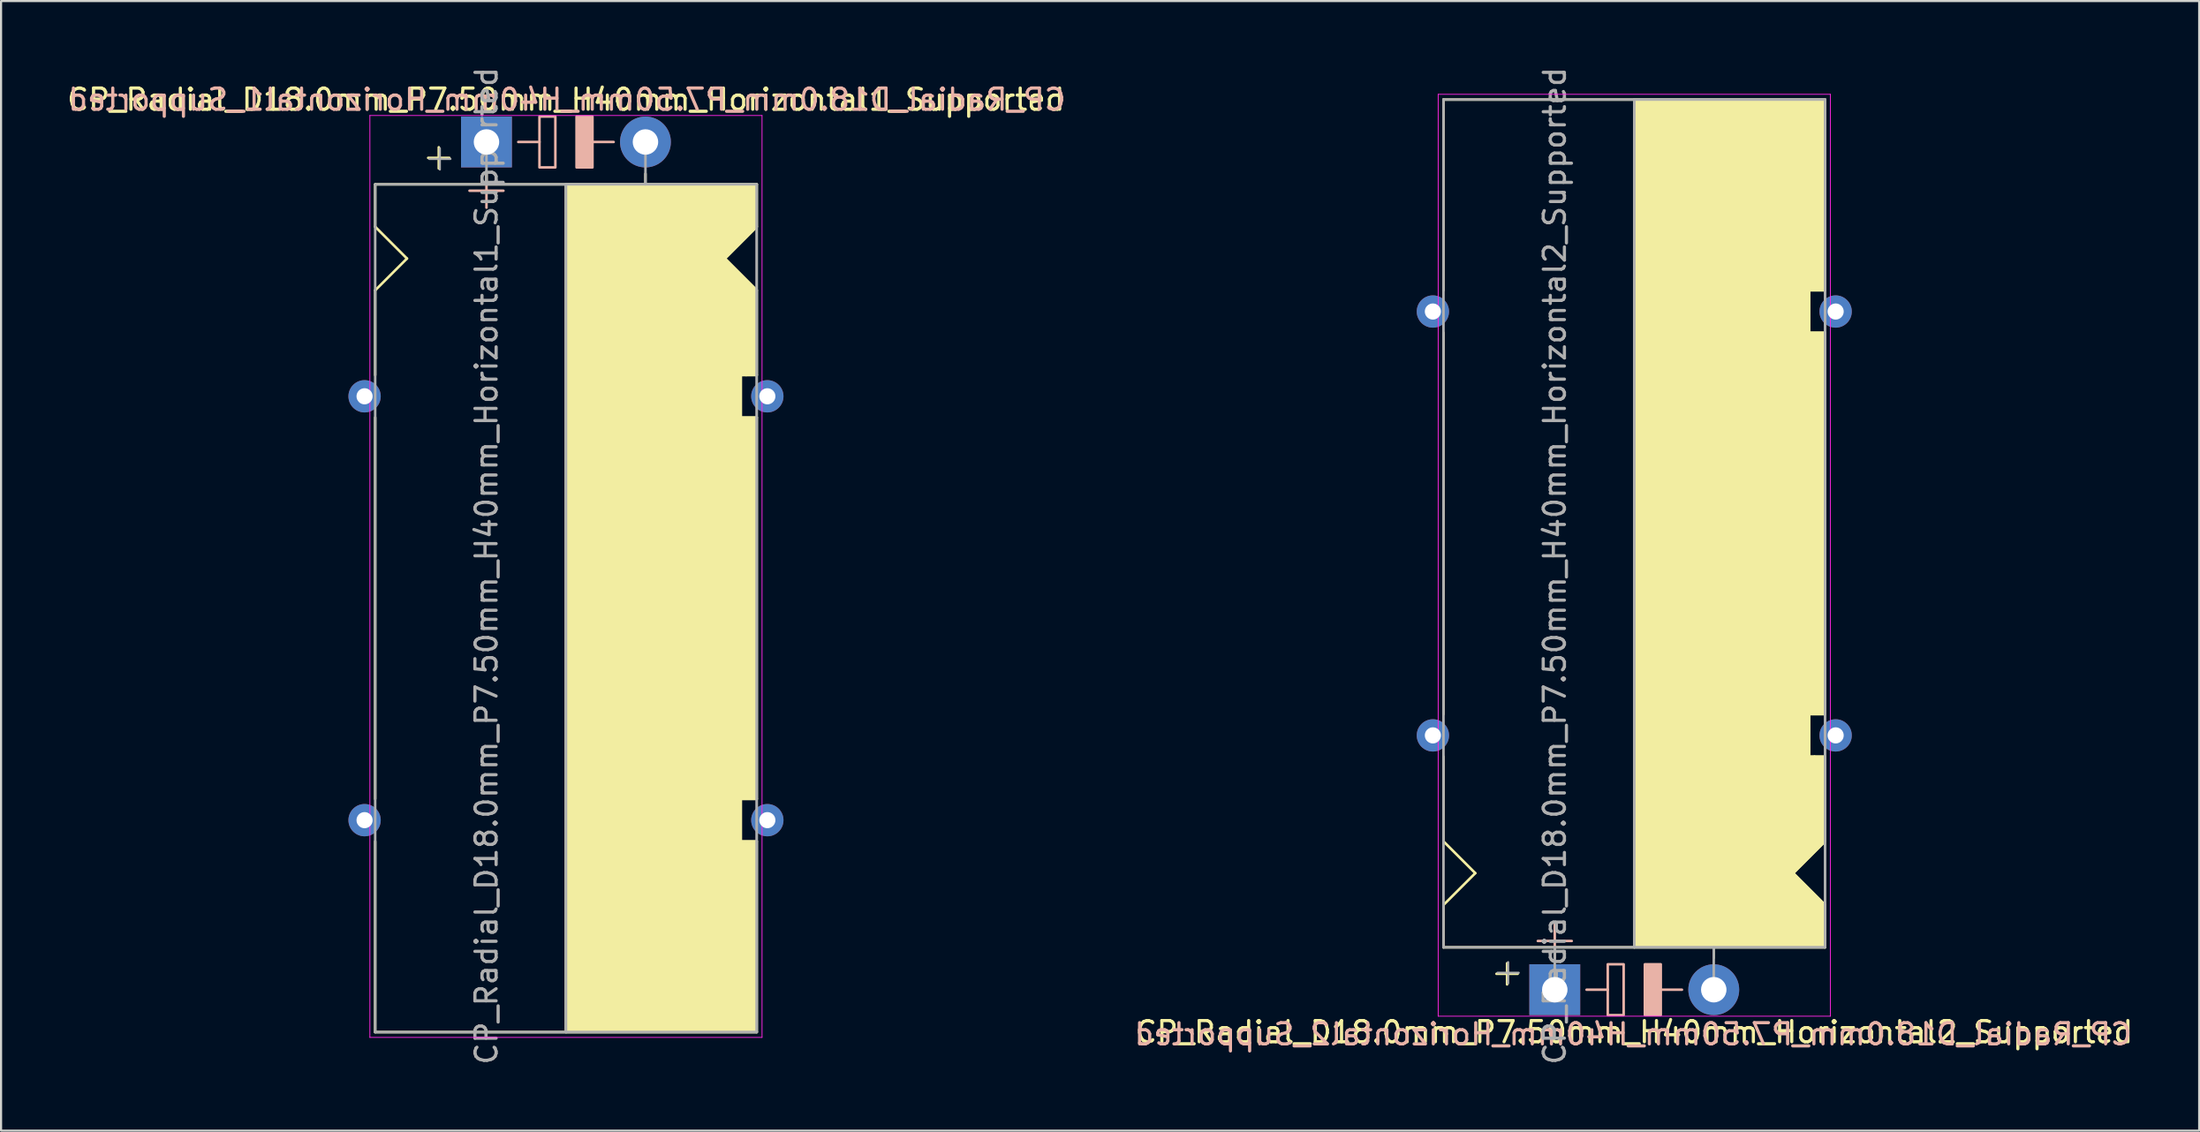
<source format=kicad_pcb>
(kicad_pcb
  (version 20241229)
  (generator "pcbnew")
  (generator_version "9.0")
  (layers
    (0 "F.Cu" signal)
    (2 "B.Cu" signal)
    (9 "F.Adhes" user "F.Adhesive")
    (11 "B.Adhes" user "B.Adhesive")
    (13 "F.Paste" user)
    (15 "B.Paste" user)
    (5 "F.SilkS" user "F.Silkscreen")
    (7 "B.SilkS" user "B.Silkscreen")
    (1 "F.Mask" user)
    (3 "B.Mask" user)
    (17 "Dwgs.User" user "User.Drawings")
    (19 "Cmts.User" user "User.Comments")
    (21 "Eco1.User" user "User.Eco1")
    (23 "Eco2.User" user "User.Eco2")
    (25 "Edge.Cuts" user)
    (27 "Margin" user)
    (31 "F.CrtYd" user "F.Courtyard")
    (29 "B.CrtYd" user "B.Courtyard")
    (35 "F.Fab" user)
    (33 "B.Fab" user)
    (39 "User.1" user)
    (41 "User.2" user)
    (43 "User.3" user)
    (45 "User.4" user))
  (footprint "CP_Radial_D18.0mm_P7.50mm_H40mm_Horizontal1_Supported"
    (layer "F.Cu")
    (at 19.899 3.649)
    (property "Reference" "CP_Radial_D18.0mm_P7.50mm_H40mm_Horizontal1_Supported" (at 3.75 -2 0) (layer "F.SilkS") (effects (font (size 1 1) (thickness 0.15))))
    (fp_line (start -5.25 2) (end -5.25 4) (stroke (width 0.12) (type solid)) (layer "F.SilkS"))
    (fp_line (start -5.25 2) (end 12.75 2) (stroke (width 0.12) (type solid)) (layer "F.SilkS"))
    (fp_line (start -5.25 4) (end -3.75 5.5) (stroke (width 0.12) (type solid)) (layer "F.SilkS"))
    (fp_line (start -5.25 7) (end -3.75 5.5) (stroke (width 0.12) (type solid)) (layer "F.SilkS"))
    (fp_line (start -5.25 11) (end -5.25 7) (stroke (width 0.12) (type solid)) (layer "F.SilkS"))
    (fp_line (start -5.25 13) (end -5.25 31) (stroke (width 0.12) (type solid)) (layer "F.SilkS"))
    (fp_line (start -5.25 33) (end -5.25 42) (stroke (width 0.12) (type solid)) (layer "F.SilkS"))
    (fp_line (start -5.25 42) (end 12.75 42) (stroke (width 0.12) (type solid)) (layer "F.SilkS"))
    (fp_line (start -2.25 0.25) (end -2.25 1.25) (stroke (width 0.12) (type solid)) (layer "F.SilkS"))
    (fp_line (start -1.75 0.75) (end -2.75 0.75) (stroke (width 0.12) (type solid)) (layer "F.SilkS"))
    (fp_line (start 0 1.5) (end 0 2) (stroke (width 0.12) (type solid)) (layer "F.SilkS"))
    (fp_line (start 3.75 2) (end 3.75 42) (stroke (width 0.12) (type solid)) (layer "F.SilkS"))
    (fp_line (start 7.5 1.5) (end 7.5 2) (stroke (width 0.12) (type solid)) (layer "F.SilkS"))
    (fp_line (start 12 11) (end 12 13) (stroke (width 0.12) (type solid)) (layer "F.SilkS"))
    (fp_line (start 12 13) (end 12.75 13) (stroke (width 0.12) (type solid)) (layer "F.SilkS"))
    (fp_line (start 12 31) (end 12 33) (stroke (width 0.12) (type solid)) (layer "F.SilkS"))
    (fp_line (start 12 33) (end 12.75 33) (stroke (width 0.12) (type solid)) (layer "F.SilkS"))
    (fp_line (start 12.25 11) (end 12 11) (stroke (width 0.12) (type solid)) (layer "F.SilkS"))
    (fp_line (start 12.75 2) (end 12.75 4) (stroke (width 0.12) (type solid)) (layer "F.SilkS"))
    (fp_line (start 12.75 4) (end 11.25 5.5) (stroke (width 0.12) (type solid)) (layer "F.SilkS"))
    (fp_line (start 12.75 7) (end 11.25 5.5) (stroke (width 0.12) (type solid)) (layer "F.SilkS"))
    (fp_line (start 12.75 11) (end 12.25 11) (stroke (width 0.12) (type solid)) (layer "F.SilkS"))
    (fp_line (start 12.75 11) (end 12.75 7) (stroke (width 0.12) (type solid)) (layer "F.SilkS"))
    (fp_line (start 12.75 13) (end 12.75 31) (stroke (width 0.12) (type solid)) (layer "F.SilkS"))
    (fp_line (start 12.75 31) (end 12 31) (stroke (width 0.12) (type solid)) (layer "F.SilkS"))
    (fp_line (start 12.75 33) (end 12.75 42) (stroke (width 0.12) (type solid)) (layer "F.SilkS"))
    (fp_poly (pts (xy 12.75 4) (xy 11.25 5.5) (xy 12.75 7) (xy 12.75 11) (xy 12 11) (xy 12 13) (xy 12.75 13) (xy 12.75 31) (xy 12 31) (xy 12 33) (xy 12.75 33) (xy 12.75 42) (xy 3.75 42) (xy 3.75 2) (xy 12.75 2)) (stroke (width 0.1) (type solid)) (fill yes) (layer "F.SilkS"))
    (fp_line (start 0 1.5) (end 0 3.1) (stroke (width 0.12) (type solid)) (layer "B.SilkS"))
    (fp_line (start 0.8 2.3) (end -0.8 2.3) (stroke (width 0.12) (type solid)) (layer "B.SilkS"))
    (fp_line (start 2.5 0) (end 1.5 0) (stroke (width 0.12) (type solid)) (layer "B.SilkS"))
    (fp_line (start 6 0) (end 5 0) (stroke (width 0.12) (type solid)) (layer "B.SilkS"))
    (fp_rect (start 2.5 -1.2) (end 3.25 1.2) (stroke (width 0.12) (type solid)) (fill no) (layer "B.SilkS"))
    (fp_rect (start 4.25 -1.2) (end 5 1.2) (stroke (width 0.12) (type solid)) (fill yes) (layer "B.SilkS"))
    (fp_line (start -5.5 -1.25) (end -5.5 42.25) (stroke (width 0.04) (type solid)) (layer "F.CrtYd"))
    (fp_line (start -5.5 42.25) (end 13 42.25) (stroke (width 0.04) (type solid)) (layer "F.CrtYd"))
    (fp_line (start 13 -1.25) (end -5.5 -1.25) (stroke (width 0.04) (type solid)) (layer "F.CrtYd"))
    (fp_line (start 13 42.25) (end 13 -1.25) (stroke (width 0.04) (type solid)) (layer "F.CrtYd"))
    (fp_line (start -5.25 2) (end -5.25 42) (stroke (width 0.12) (type solid)) (layer "F.Fab"))
    (fp_line (start -5.25 42) (end 12.75 42) (stroke (width 0.12) (type solid)) (layer "F.Fab"))
    (fp_line (start -2.7 0.8) (end -1.7 0.8) (stroke (width 0.1) (type solid)) (layer "F.Fab"))
    (fp_line (start -2.2 1.3) (end -2.2 0.3) (stroke (width 0.1) (type solid)) (layer "F.Fab"))
    (fp_line (start 0 0) (end 0 2) (stroke (width 0.12) (type solid)) (layer "F.Fab"))
    (fp_line (start 3.75 2) (end 3.75 42) (stroke (width 0.12) (type solid)) (layer "F.Fab"))
    (fp_line (start 7.5 0) (end 7.5 2) (stroke (width 0.12) (type solid)) (layer "F.Fab"))
    (fp_line (start 12.75 2) (end -5.25 2) (stroke (width 0.12) (type solid)) (layer "F.Fab"))
    (fp_line (start 12.75 42) (end 12.75 2) (stroke (width 0.12) (type solid)) (layer "F.Fab"))
    (fp_poly (pts (xy 12.75 42) (xy 3.75 42) (xy 3.75 2) (xy 12.75 2)) (stroke (width 0.1) (type solid)) (fill no) (layer "F.Fab"))
    (fp_text user "${REFERENCE}" (at 3.8 -2 0) (layer "B.SilkS") (effects (font (size 1 1) (thickness 0.15)) (justify mirror)))
    (fp_text user "${REFERENCE}" (at 0 20 90) (layer "F.Fab") (effects (font (size 1 1) (thickness 0.15))))
    (pad "1" thru_hole rect (at 0 0) (size 2.4 2.4) (drill 1.2) (layers "*.Cu" "*.Mask"))
    (pad "2" thru_hole circle (at 7.5 0) (size 2.4 2.4) (drill 1.2) (layers "*.Cu" "*.Mask"))
    (pad "~" thru_hole circle (at -5.75 12) (size 1.524 1.524) (drill 0.762) (layers "*.Cu" "*.Mask"))
    (pad "~" thru_hole circle (at -5.75 32) (size 1.524 1.524) (drill 0.762) (layers "*.Cu" "*.Mask"))
    (pad "~" thru_hole circle (at 13.25 12) (size 1.524 1.524) (drill 0.762) (layers "*.Cu" "*.Mask"))
    (pad "~" thru_hole circle (at 13.25 32) (size 1.524 1.524) (drill 0.762) (layers "*.Cu" "*.Mask")))
  (footprint "CP_Radial_D18.0mm_P7.50mm_H40mm_Horizontal2_Supported"
    (layer "F.Cu")
    (at 70.296 43.649)
    (property "Reference" "CP_Radial_D18.0mm_P7.50mm_H40mm_Horizontal2_Supported" (at 3.75 2 0) (layer "F.SilkS") (effects (font (size 1 1) (thickness 0.15))))
    (fp_line (start -5.25 -42) (end 12.75 -42) (stroke (width 0.12) (type solid)) (layer "F.SilkS"))
    (fp_line (start -5.25 -33) (end -5.25 -42) (stroke (width 0.12) (type solid)) (layer "F.SilkS"))
    (fp_line (start -5.25 -13) (end -5.25 -31) (stroke (width 0.12) (type solid)) (layer "F.SilkS"))
    (fp_line (start -5.25 -11) (end -5.25 -7) (stroke (width 0.12) (type solid)) (layer "F.SilkS"))
    (fp_line (start -5.25 -7) (end -3.75 -5.5) (stroke (width 0.12) (type solid)) (layer "F.SilkS"))
    (fp_line (start -5.25 -4) (end -3.75 -5.5) (stroke (width 0.12) (type solid)) (layer "F.SilkS"))
    (fp_line (start -5.25 -2) (end -5.25 -4) (stroke (width 0.12) (type solid)) (layer "F.SilkS"))
    (fp_line (start -5.25 -2) (end 12.75 -2) (stroke (width 0.12) (type solid)) (layer "F.SilkS"))
    (fp_line (start -2.25 -1.25) (end -2.25 -0.25) (stroke (width 0.12) (type solid)) (layer "F.SilkS"))
    (fp_line (start -1.75 -0.75) (end -2.75 -0.75) (stroke (width 0.12) (type solid)) (layer "F.SilkS"))
    (fp_line (start 0 -1.5) (end 0 -2) (stroke (width 0.12) (type solid)) (layer "F.SilkS"))
    (fp_line (start 3.75 -2) (end 3.75 -42) (stroke (width 0.12) (type solid)) (layer "F.SilkS"))
    (fp_line (start 7.5 -1.5) (end 7.5 -2) (stroke (width 0.12) (type solid)) (layer "F.SilkS"))
    (fp_line (start 12 -33) (end 12.75 -33) (stroke (width 0.12) (type solid)) (layer "F.SilkS"))
    (fp_line (start 12 -31) (end 12 -33) (stroke (width 0.12) (type solid)) (layer "F.SilkS"))
    (fp_line (start 12 -13) (end 12.75 -13) (stroke (width 0.12) (type solid)) (layer "F.SilkS"))
    (fp_line (start 12 -11) (end 12 -13) (stroke (width 0.12) (type solid)) (layer "F.SilkS"))
    (fp_line (start 12.25 -11) (end 12 -11) (stroke (width 0.12) (type solid)) (layer "F.SilkS"))
    (fp_line (start 12.75 -33) (end 12.75 -42) (stroke (width 0.12) (type solid)) (layer "F.SilkS"))
    (fp_line (start 12.75 -31) (end 12 -31) (stroke (width 0.12) (type solid)) (layer "F.SilkS"))
    (fp_line (start 12.75 -13) (end 12.75 -31) (stroke (width 0.12) (type solid)) (layer "F.SilkS"))
    (fp_line (start 12.75 -11) (end 12.25 -11) (stroke (width 0.12) (type solid)) (layer "F.SilkS"))
    (fp_line (start 12.75 -11) (end 12.75 -7) (stroke (width 0.12) (type solid)) (layer "F.SilkS"))
    (fp_line (start 12.75 -7) (end 11.25 -5.5) (stroke (width 0.12) (type solid)) (layer "F.SilkS"))
    (fp_line (start 12.75 -4) (end 11.25 -5.5) (stroke (width 0.12) (type solid)) (layer "F.SilkS"))
    (fp_line (start 12.75 -2) (end 12.75 -4) (stroke (width 0.12) (type solid)) (layer "F.SilkS"))
    (fp_poly (pts (xy 12.75 -4) (xy 11.25 -5.5) (xy 12.75 -7) (xy 12.75 -11) (xy 12 -11) (xy 12 -13) (xy 12.75 -13) (xy 12.75 -31) (xy 12 -31) (xy 12 -33) (xy 12.75 -33) (xy 12.75 -42) (xy 3.75 -42) (xy 3.75 -2) (xy 12.75 -2)) (stroke (width 0.1) (type solid)) (fill yes) (layer "F.SilkS"))
    (fp_line (start 0 -3.1) (end 0 -1.5) (stroke (width 0.12) (type solid)) (layer "B.SilkS"))
    (fp_line (start 0.8 -2.3) (end -0.8 -2.3) (stroke (width 0.12) (type solid)) (layer "B.SilkS"))
    (fp_line (start 2.5 0) (end 1.5 0) (stroke (width 0.12) (type solid)) (layer "B.SilkS"))
    (fp_line (start 6 0) (end 5 0) (stroke (width 0.12) (type solid)) (layer "B.SilkS"))
    (fp_rect (start 2.5 -1.2) (end 3.25 1.2) (stroke (width 0.12) (type solid)) (fill no) (layer "B.SilkS"))
    (fp_rect (start 4.25 -1.2) (end 5 1.2) (stroke (width 0.12) (type solid)) (fill yes) (layer "B.SilkS"))
    (fp_line (start -5.5 -42.25) (end 13 -42.25) (stroke (width 0.04) (type solid)) (layer "F.CrtYd"))
    (fp_line (start -5.5 1.25) (end -5.5 -42.25) (stroke (width 0.04) (type solid)) (layer "F.CrtYd"))
    (fp_line (start 13 -42.25) (end 13 1.25) (stroke (width 0.04) (type solid)) (layer "F.CrtYd"))
    (fp_line (start 13 1.25) (end -5.5 1.25) (stroke (width 0.04) (type solid)) (layer "F.CrtYd"))
    (fp_line (start -5.25 -42) (end 12.75 -42) (stroke (width 0.12) (type solid)) (layer "F.Fab"))
    (fp_line (start -5.25 -2) (end -5.25 -42) (stroke (width 0.12) (type solid)) (layer "F.Fab"))
    (fp_line (start -2.7 -0.8) (end -1.7 -0.8) (stroke (width 0.1) (type solid)) (layer "F.Fab"))
    (fp_line (start -2.2 -0.3) (end -2.2 -1.3) (stroke (width 0.1) (type solid)) (layer "F.Fab"))
    (fp_line (start 0 0) (end 0 -2) (stroke (width 0.12) (type solid)) (layer "F.Fab"))
    (fp_line (start 3.75 -2) (end 3.75 -42) (stroke (width 0.12) (type solid)) (layer "F.Fab"))
    (fp_line (start 7.5 0) (end 7.5 -2) (stroke (width 0.12) (type solid)) (layer "F.Fab"))
    (fp_line (start 12.75 -42) (end 12.75 -2) (stroke (width 0.12) (type solid)) (layer "F.Fab"))
    (fp_line (start 12.75 -2) (end -5.25 -2) (stroke (width 0.12) (type solid)) (layer "F.Fab"))
    (fp_poly (pts (xy 12.75 -42) (xy 3.75 -42) (xy 3.75 -2) (xy 12.75 -2)) (stroke (width 0.1) (type solid)) (fill no) (layer "F.Fab"))
    (fp_text user "${REFERENCE}" (at 3.7 2.1 0) (layer "B.SilkS") (effects (font (size 1 1) (thickness 0.15)) (justify mirror)))
    (fp_text user "${REFERENCE}" (at 0 -20 90) (layer "F.Fab") (effects (font (size 1 1) (thickness 0.15))))
    (pad "1" thru_hole rect (at 0 0) (size 2.4 2.4) (drill 1.2) (layers "*.Cu" "*.Mask"))
    (pad "2" thru_hole circle (at 7.5 0) (size 2.4 2.4) (drill 1.2) (layers "*.Cu" "*.Mask"))
    (pad "~" thru_hole circle (at -5.75 -32 180) (size 1.524 1.524) (drill 0.762) (layers "*.Cu" "*.Mask"))
    (pad "~" thru_hole circle (at -5.75 -12 180) (size 1.524 1.524) (drill 0.762) (layers "*.Cu" "*.Mask"))
    (pad "~" thru_hole circle (at 13.25 -32 180) (size 1.524 1.524) (drill 0.762) (layers "*.Cu" "*.Mask"))
    (pad "~" thru_hole circle (at 13.25 -12 180) (size 1.524 1.524) (drill 0.762) (layers "*.Cu" "*.Mask")))
  (gr_rect
    (start -3 -3)
    (end 100.695 50.298)
    (stroke (width 0.1) (type default))
    (fill no)
    (layer "Edge.Cuts")))
</source>
